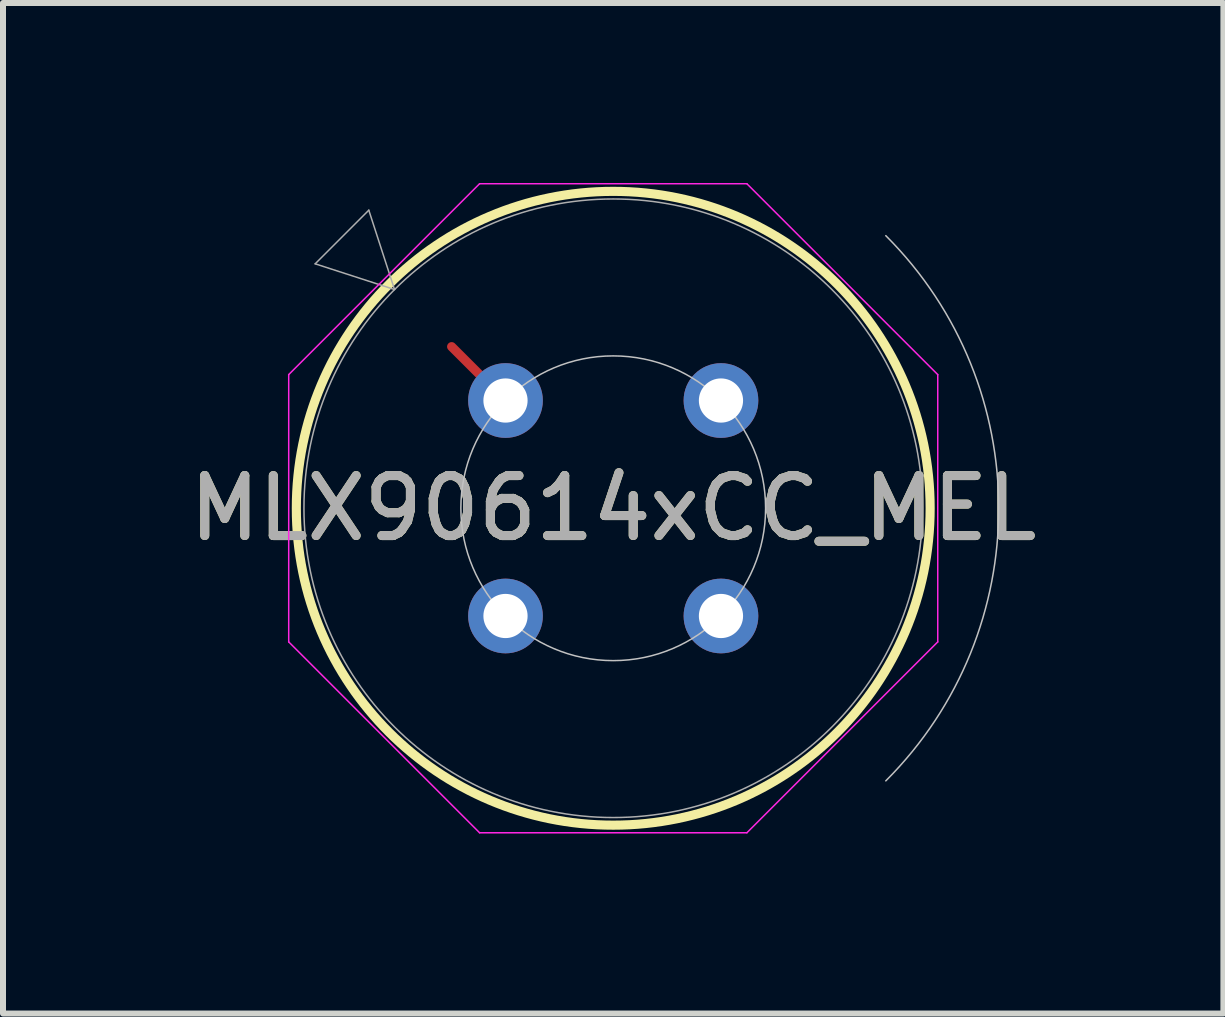
<source format=kicad_pcb>
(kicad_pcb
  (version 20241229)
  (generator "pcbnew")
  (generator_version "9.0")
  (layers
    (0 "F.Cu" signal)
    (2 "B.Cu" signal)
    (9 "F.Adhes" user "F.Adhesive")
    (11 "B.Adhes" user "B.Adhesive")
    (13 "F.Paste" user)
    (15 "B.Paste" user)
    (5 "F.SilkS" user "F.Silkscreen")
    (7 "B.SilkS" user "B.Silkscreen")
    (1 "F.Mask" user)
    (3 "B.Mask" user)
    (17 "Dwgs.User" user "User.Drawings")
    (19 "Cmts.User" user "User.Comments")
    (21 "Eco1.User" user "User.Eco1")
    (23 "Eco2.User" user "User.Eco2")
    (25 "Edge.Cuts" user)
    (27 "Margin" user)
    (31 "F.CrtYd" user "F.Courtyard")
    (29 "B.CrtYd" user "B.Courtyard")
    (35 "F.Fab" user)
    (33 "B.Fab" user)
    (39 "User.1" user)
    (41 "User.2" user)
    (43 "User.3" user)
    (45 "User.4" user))
  (footprint "MLX90614xCC_MEL"
    (layer "F.Cu")
    (at 5.377 3.627)
    (property "Reference" "MLX90614xCC_MEL" (at 1.796 1.796 0) (unlocked yes) (layer "F.SilkS") (effects (font (size 1 1) (thickness 0.15))))
    (attr through_hole)
    (fp_line (start 0 0) (end -0.898 -0.898) (stroke (width 0.152) (type solid)) (layer "F.Cu"))
    (fp_circle (center 1.796 1.796) (end 7.079 1.796) (stroke (width 0.152) (type solid)) (fill no) (layer "F.SilkS"))
    (fp_arc (start 6.340061 -2.747958) (mid 8.222251 1.796051) (end 6.340061 6.340061) (stroke (width 0.0254) (type solid)) (layer "Dwgs.User"))
    (fp_circle (center 1.796 1.796) (end 4.336 1.796) (stroke (width 0.025) (type solid)) (fill no) (layer "Dwgs.User"))
    (fp_line (start -3.614 -0.432) (end -0.432 -3.614) (stroke (width 0.025) (type solid)) (layer "F.CrtYd"))
    (fp_line (start -3.614 4.024) (end -3.614 -0.432) (stroke (width 0.025) (type solid)) (layer "F.CrtYd"))
    (fp_line (start -0.432 -3.614) (end 4.024 -3.614) (stroke (width 0.025) (type solid)) (layer "F.CrtYd"))
    (fp_line (start -0.432 7.206) (end -3.614 4.024) (stroke (width 0.025) (type solid)) (layer "F.CrtYd"))
    (fp_line (start 4.024 -3.614) (end 7.206 -0.432) (stroke (width 0.025) (type solid)) (layer "F.CrtYd"))
    (fp_line (start 4.024 7.206) (end -0.432 7.206) (stroke (width 0.025) (type solid)) (layer "F.CrtYd"))
    (fp_line (start 7.206 -0.432) (end 7.206 4.024) (stroke (width 0.025) (type solid)) (layer "F.CrtYd"))
    (fp_line (start 7.206 4.024) (end 4.024 7.206) (stroke (width 0.025) (type solid)) (layer "F.CrtYd"))
    (fp_line (start -3.173 -2.279) (end -2.279 -3.173) (stroke (width 0.025) (type solid)) (layer "F.Fab"))
    (fp_line (start -2.279 -3.173) (end -1.85 -1.85) (stroke (width 0.025) (type solid)) (layer "F.Fab"))
    (fp_line (start -1.85 -1.85) (end -3.173 -2.279) (stroke (width 0.025) (type solid)) (layer "F.Fab"))
    (fp_circle (center 1.796 1.796) (end 6.952 1.796) (stroke (width 0.025) (type solid)) (fill no) (layer "F.Fab"))
    (fp_text user "${REFERENCE}" (at 1.796 1.796 0) (unlocked yes) (layer "F.Fab") (effects (font (size 1 1) (thickness 0.15))))
    (pad "1" thru_hole circle (at -0.000001 -0.000001) (size 1.245 1.245) (drill 0.737) (layers "*.Cu" "*.Mask"))
    (pad "2" thru_hole circle (at -0.000001 3.592 90) (size 1.245 1.245) (drill 0.737) (layers "*.Cu" "*.Mask"))
    (pad "3" thru_hole circle (at 3.592 3.592) (size 1.245 1.245) (drill 0.737) (layers "*.Cu" "*.Mask"))
    (pad "4" thru_hole circle (at 3.592 -0.000001 90) (size 1.245 1.245) (drill 0.737) (layers "*.Cu" "*.Mask")))
  (gr_rect
    (start -3 -3)
    (end 17.345 13.846)
    (stroke (width 0.1) (type default))
    (fill no)
    (layer "Edge.Cuts")))
</source>
